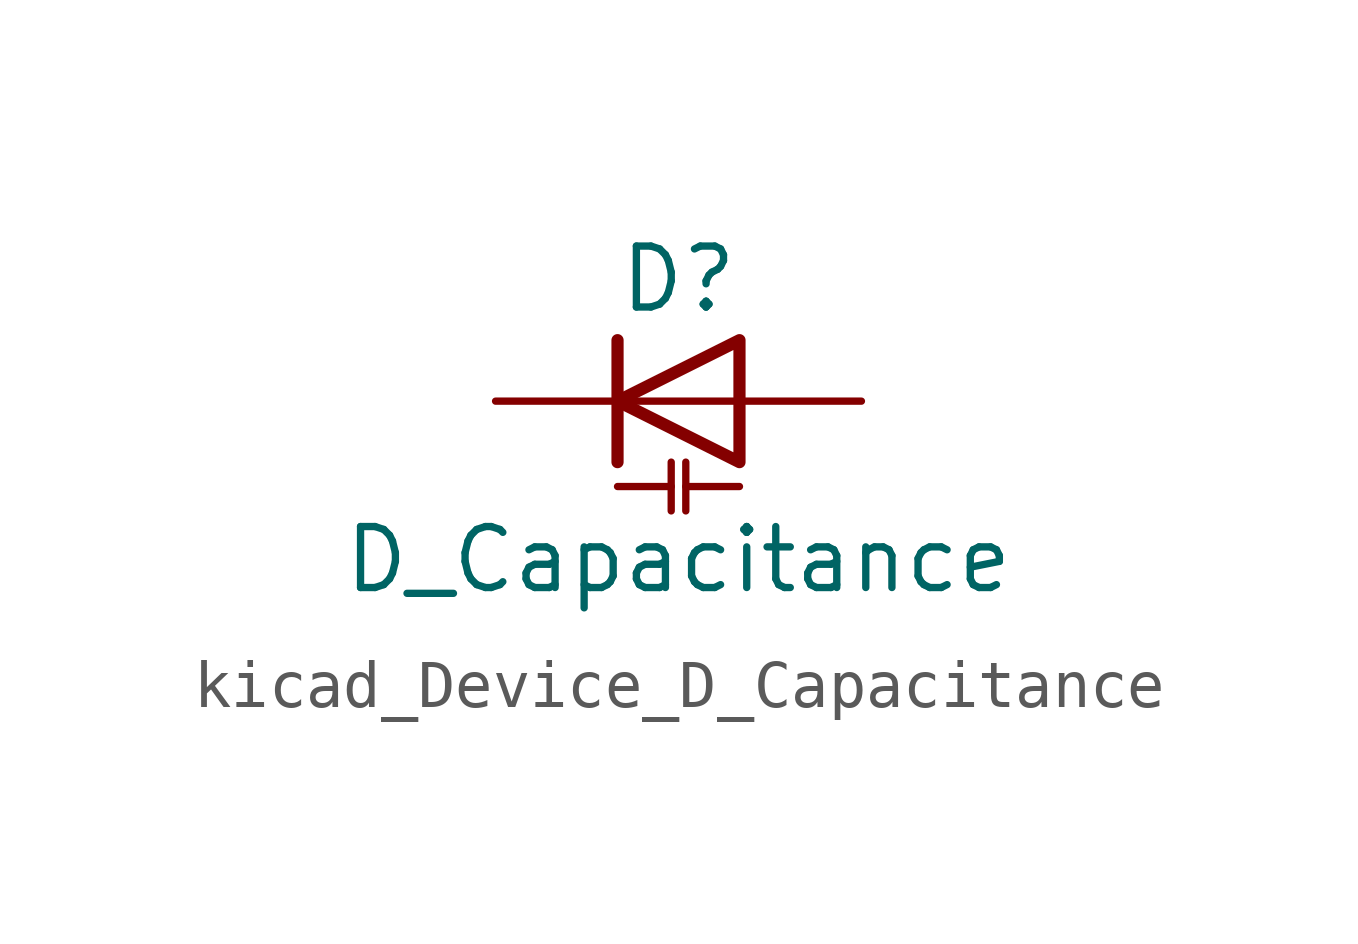
<source format=kicad_sym>
(kicad_symbol_lib
  (version 20220914)
  (generator kicad_symbol_editor)
  (symbol "kicad_Device_D_Capacitance"
    (pin_numbers hide)
    (pin_names
      (offset 1.016) hide)
    (property "Reference" "D"
      (at 0 2.54 0)
      (effects (font (size 1.27 1.27))))
    (property "Value" "D_Capacitance"
      (at 0 -3.302 0)
      (effects (font (size 1.27 1.27))))
    (symbol "kicad_Device_D_Capacitance_0_1"
      (polyline (pts (xy -1.27 -1.778) (xy -0.152 -1.778)) (stroke (width 0) (type default)) (fill (type none)))
      (polyline (pts (xy -1.27 0) (xy 1.27 0)) (stroke (width 0) (type default)) (fill (type none)))
      (polyline (pts (xy -1.27 1.27) (xy -1.27 -1.27)) (stroke (width 0.254) (type default)) (fill (type none)))
      (polyline (pts (xy -0.152 -1.27) (xy -0.152 -2.286)) (stroke (width 0) (type default)) (fill (type none)))
      (polyline (pts (xy 0.152 -1.778) (xy 1.27 -1.778)) (stroke (width 0) (type default)) (fill (type none)))
      (polyline (pts (xy 0.152 -1.27) (xy 0.152 -2.286)) (stroke (width 0) (type default)) (fill (type none)))
      (polyline (pts (xy 1.27 1.27) (xy 1.27 -1.27) (xy -1.27 0) (xy 1.27 1.27)) (stroke (width 0.254) (type default)) (fill (type none))))
    (symbol "kicad_Device_D_Capacitance_1_1"
      (pin passive line (at -3.81 0 0) (length 2.54) (name "K" (effects (font (size 1.27 1.27)))) (number "1" (effects (font (size 1.27 1.27)))))
      (pin passive line (at 3.81 0 180) (length 2.54) (name "A" (effects (font (size 1.27 1.27)))) (number "2" (effects (font (size 1.27 1.27))))))))
</source>
